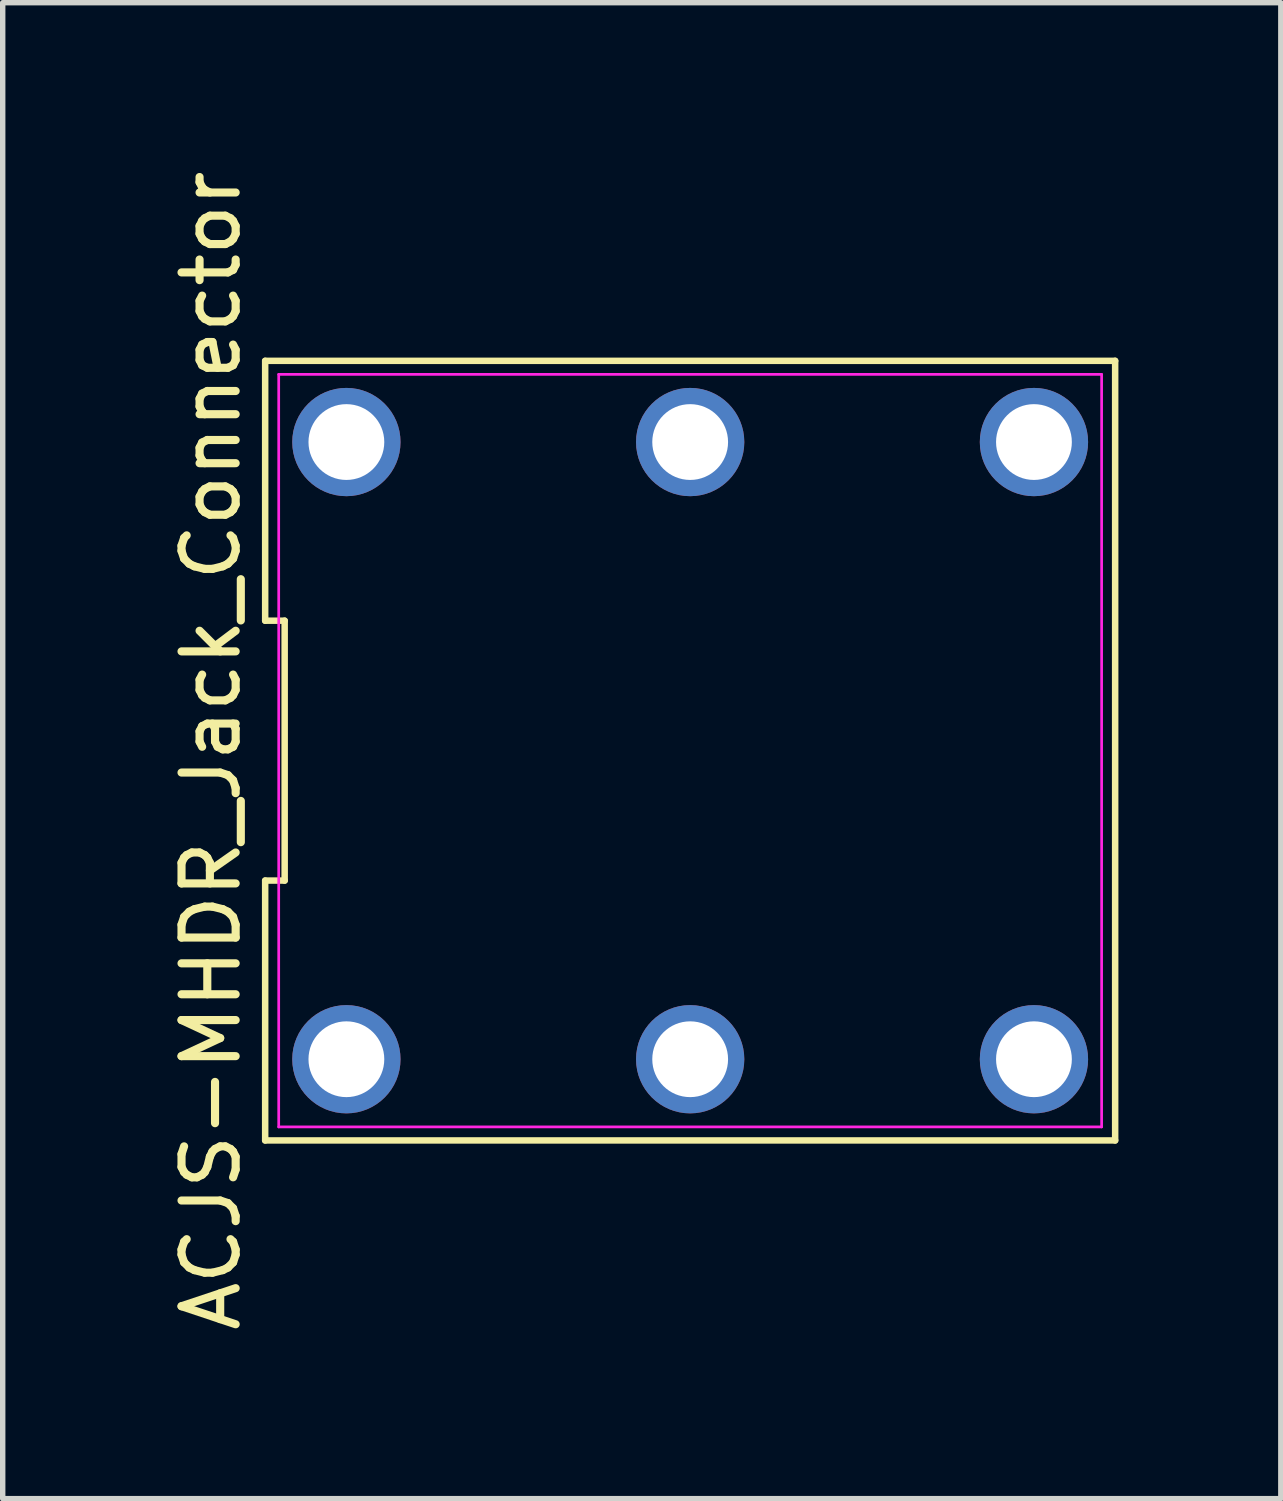
<source format=kicad_pcb>
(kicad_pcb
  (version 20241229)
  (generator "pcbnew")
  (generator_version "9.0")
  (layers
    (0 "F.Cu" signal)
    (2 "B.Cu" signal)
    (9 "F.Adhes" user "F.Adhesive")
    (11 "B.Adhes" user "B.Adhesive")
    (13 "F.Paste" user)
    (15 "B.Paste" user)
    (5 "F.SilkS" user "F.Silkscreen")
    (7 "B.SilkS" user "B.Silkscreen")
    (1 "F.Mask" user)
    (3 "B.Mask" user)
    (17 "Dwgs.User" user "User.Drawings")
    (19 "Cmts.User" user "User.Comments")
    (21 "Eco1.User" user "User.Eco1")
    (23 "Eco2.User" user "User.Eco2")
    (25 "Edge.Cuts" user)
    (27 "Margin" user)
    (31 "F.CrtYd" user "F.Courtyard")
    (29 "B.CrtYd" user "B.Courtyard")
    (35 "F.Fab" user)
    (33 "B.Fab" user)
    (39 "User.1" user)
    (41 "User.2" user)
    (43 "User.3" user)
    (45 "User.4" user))
  (footprint "ACJS-MHDR_Jack_Connector"
    (layer "F.Cu")
    (at 9.698 10.815)
    (property "Reference" "ACJS-MHDR_Jack_Connector" (at -8.85 0 90) (layer "F.SilkS") (effects (font (size 1 1) (thickness 0.15))))
    (attr through_hole)
    (fp_line (start -7.85 -7.2) (end -7.85 -2.4) (stroke (width 0.12) (type solid)) (layer "F.SilkS"))
    (fp_line (start -7.85 -2.4) (end -7.49 -2.4) (stroke (width 0.12) (type solid)) (layer "F.SilkS"))
    (fp_line (start -7.85 2.4) (end -7.85 7.2) (stroke (width 0.12) (type solid)) (layer "F.SilkS"))
    (fp_line (start -7.85 7.2) (end 7.85 7.2) (stroke (width 0.12) (type solid)) (layer "F.SilkS"))
    (fp_line (start -7.49 -2.4) (end -7.49 2.4) (stroke (width 0.12) (type solid)) (layer "F.SilkS"))
    (fp_line (start -7.49 2.4) (end -7.85 2.4) (stroke (width 0.12) (type solid)) (layer "F.SilkS"))
    (fp_line (start 7.85 -7.2) (end -7.85 -7.2) (stroke (width 0.12) (type solid)) (layer "F.SilkS"))
    (fp_line (start 7.85 7.2) (end 7.85 -7.2) (stroke (width 0.12) (type solid)) (layer "F.SilkS"))
    (fp_line (start -7.6 -6.95) (end 7.6 -6.95) (stroke (width 0.05) (type solid)) (layer "F.CrtYd"))
    (fp_line (start -7.6 6.95) (end -7.6 -6.95) (stroke (width 0.05) (type solid)) (layer "F.CrtYd"))
    (fp_line (start 7.6 -6.95) (end 7.6 6.95) (stroke (width 0.05) (type solid)) (layer "F.CrtYd"))
    (fp_line (start 7.6 6.95) (end -7.6 6.95) (stroke (width 0.05) (type solid)) (layer "F.CrtYd"))
    (pad "1" thru_hole circle (at -6.35 5.7) (size 2 2) (drill 1.4) (layers "*.Cu" "*.Mask"))
    (pad "2" thru_hole circle (at 0 5.7) (size 2 2) (drill 1.4) (layers "*.Cu" "*.Mask"))
    (pad "3" thru_hole circle (at 6.35 5.7) (size 2 2) (drill 1.4) (layers "*.Cu" "*.Mask"))
    (pad "4" thru_hole circle (at 6.35 -5.7) (size 2 2) (drill 1.4) (layers "*.Cu" "*.Mask"))
    (pad "5" thru_hole circle (at 0 -5.7) (size 2 2) (drill 1.4) (layers "*.Cu" "*.Mask"))
    (pad "6" thru_hole circle (at -6.35 -5.7) (size 2 2) (drill 1.4) (layers "*.Cu" "*.Mask")))
  (gr_rect
    (start -3 -3)
    (end 20.608 24.631)
    (stroke (width 0.1) (type default))
    (fill no)
    (layer "Edge.Cuts")))
</source>
